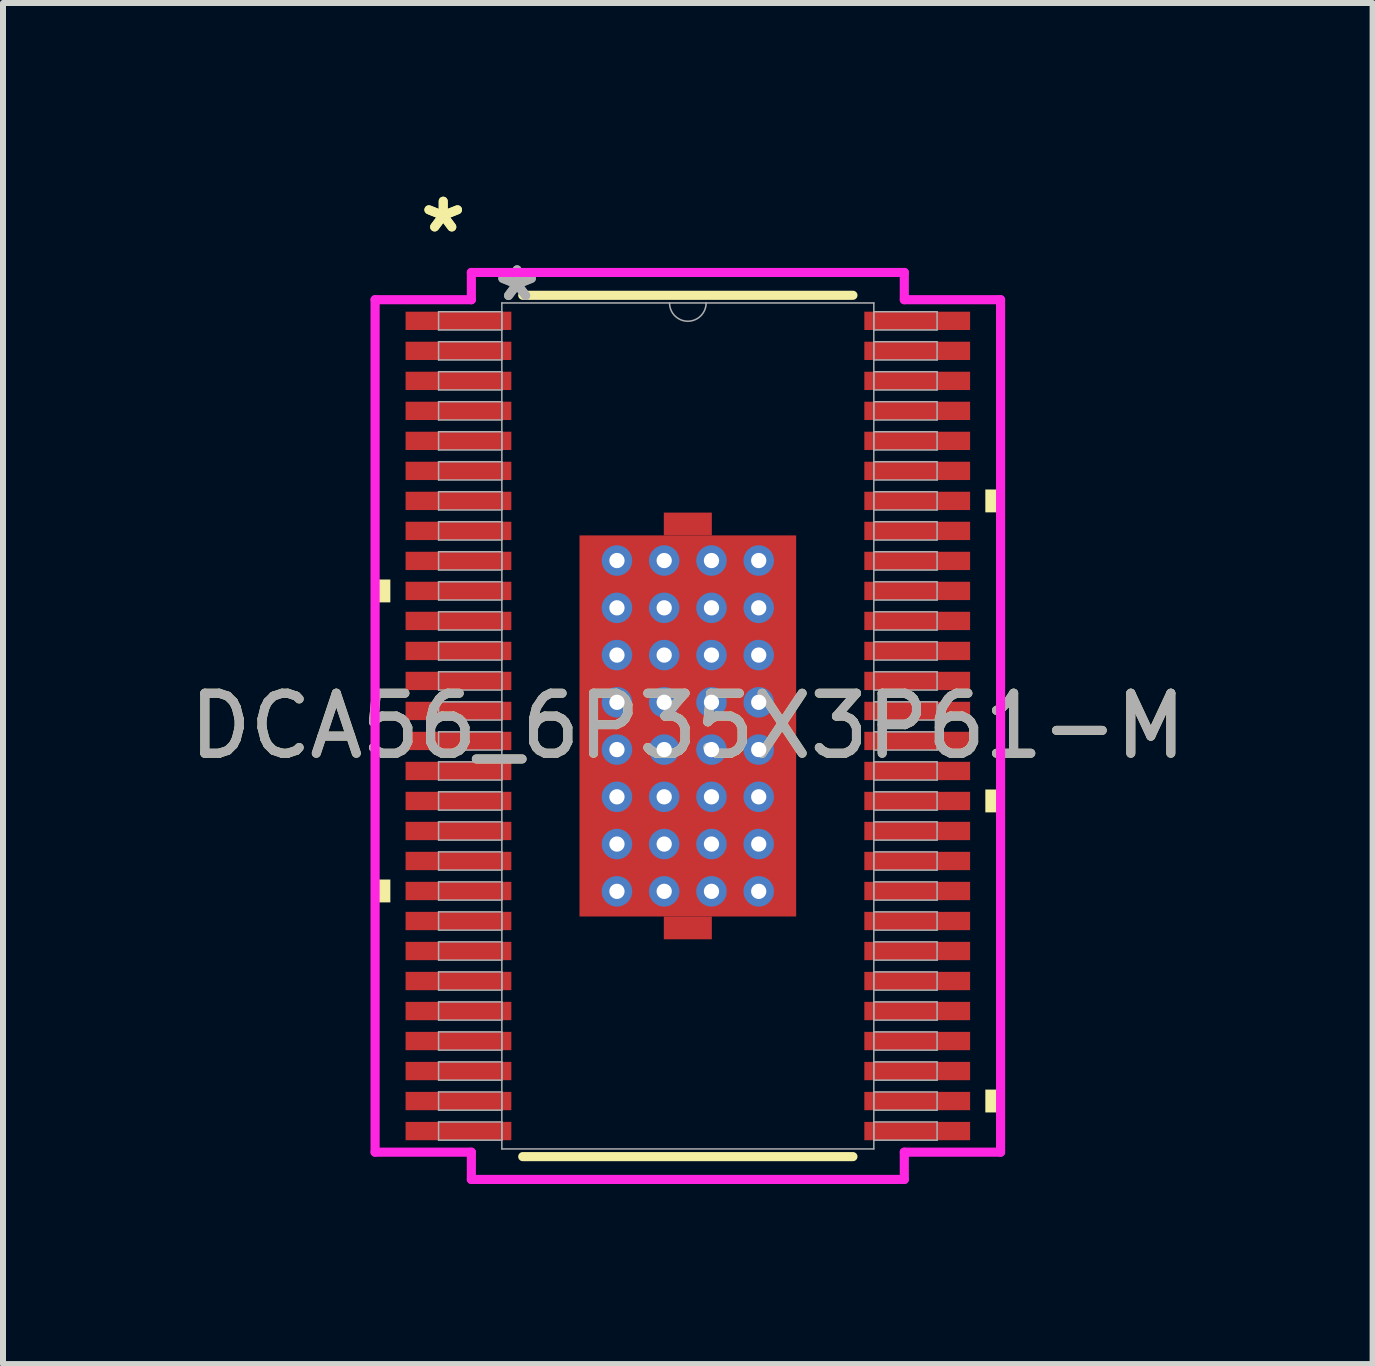
<source format=kicad_pcb>
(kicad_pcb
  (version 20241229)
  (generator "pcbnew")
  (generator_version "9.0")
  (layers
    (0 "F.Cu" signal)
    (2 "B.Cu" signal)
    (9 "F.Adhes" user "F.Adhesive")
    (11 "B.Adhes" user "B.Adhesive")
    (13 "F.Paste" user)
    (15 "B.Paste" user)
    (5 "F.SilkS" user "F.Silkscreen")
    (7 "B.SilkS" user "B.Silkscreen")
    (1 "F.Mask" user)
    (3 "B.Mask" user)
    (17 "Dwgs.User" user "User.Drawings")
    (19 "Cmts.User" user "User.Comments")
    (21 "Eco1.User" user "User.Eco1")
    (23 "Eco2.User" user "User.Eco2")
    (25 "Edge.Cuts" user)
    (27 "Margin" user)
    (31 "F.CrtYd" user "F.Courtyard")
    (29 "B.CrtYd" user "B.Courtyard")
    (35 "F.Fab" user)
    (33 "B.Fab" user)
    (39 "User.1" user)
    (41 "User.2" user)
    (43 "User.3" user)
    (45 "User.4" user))
  (footprint "DCA56_6P35X3P61-M"
    (layer "F.Cu")
    (at 8.411 9.046)
    (property "Reference" "DCA56_6P35X3P61-M" (at 0 0 0) (unlocked yes) (layer "F.SilkS") (effects (font (size 1 1) (thickness 0.15))))
    (attr smd)
    (fp_poly (pts (xy -0.4 -3.175) (xy -0.4 -3.555) (xy 0.4 -3.555) (xy 0.4 -3.175)) (stroke (width 0) (type solid)) (fill yes) (layer "F.Cu"))
    (fp_poly (pts (xy -0.4 3.175) (xy -0.4 3.555) (xy 0.4 3.555) (xy 0.4 3.175)) (stroke (width 0) (type solid)) (fill yes) (layer "F.Cu"))
    (fp_poly (pts (xy -1.869 -3.239) (xy -1.381 -3.239) (xy -1.381 3.239) (xy -1.869 3.239)) (stroke (width 0) (type solid)) (fill yes) (layer "F.Mask"))
    (fp_poly (pts (xy -1.869 -3.239) (xy 1.869 -3.239) (xy 1.869 -2.956) (xy -1.869 -2.956)) (stroke (width 0) (type solid)) (fill yes) (layer "F.Mask"))
    (fp_poly (pts (xy -1.869 -2.556) (xy 1.869 -2.556) (xy 1.869 -2.168) (xy -1.869 -2.168)) (stroke (width 0) (type solid)) (fill yes) (layer "F.Mask"))
    (fp_poly (pts (xy -1.869 -1.768) (xy 1.869 -1.768) (xy 1.869 -1.381) (xy -1.869 -1.381)) (stroke (width 0) (type solid)) (fill yes) (layer "F.Mask"))
    (fp_poly (pts (xy -1.869 -0.981) (xy 1.869 -0.981) (xy 1.869 -0.594) (xy -1.869 -0.594)) (stroke (width 0) (type solid)) (fill yes) (layer "F.Mask"))
    (fp_poly (pts (xy -1.869 -0.194) (xy 1.869 -0.194) (xy 1.869 0.194) (xy -1.869 0.194)) (stroke (width 0) (type solid)) (fill yes) (layer "F.Mask"))
    (fp_poly (pts (xy -1.869 0.594) (xy 1.869 0.594) (xy 1.869 0.981) (xy -1.869 0.981)) (stroke (width 0) (type solid)) (fill yes) (layer "F.Mask"))
    (fp_poly (pts (xy -1.869 1.381) (xy 1.869 1.381) (xy 1.869 1.768) (xy -1.869 1.768)) (stroke (width 0) (type solid)) (fill yes) (layer "F.Mask"))
    (fp_poly (pts (xy -1.869 2.168) (xy 1.869 2.168) (xy 1.869 2.556) (xy -1.869 2.556)) (stroke (width 0) (type solid)) (fill yes) (layer "F.Mask"))
    (fp_poly (pts (xy -1.869 2.956) (xy 1.869 2.956) (xy 1.869 3.239) (xy -1.869 3.239)) (stroke (width 0) (type solid)) (fill yes) (layer "F.Mask"))
    (fp_poly (pts (xy -0.594 -3.239) (xy -0.981 -3.239) (xy -0.981 3.239) (xy -0.594 3.239)) (stroke (width 0) (type solid)) (fill yes) (layer "F.Mask"))
    (fp_poly (pts (xy -0.4 -3.175) (xy -0.4 -3.555) (xy 0.4 -3.555) (xy 0.4 -3.175)) (stroke (width 0) (type solid)) (fill yes) (layer "F.Mask"))
    (fp_poly (pts (xy -0.4 3.175) (xy -0.4 3.555) (xy 0.4 3.555) (xy 0.4 3.175)) (stroke (width 0) (type solid)) (fill yes) (layer "F.Mask"))
    (fp_poly (pts (xy 0.194 -3.239) (xy -0.194 -3.239) (xy -0.194 3.239) (xy 0.194 3.239)) (stroke (width 0) (type solid)) (fill yes) (layer "F.Mask"))
    (fp_poly (pts (xy 0.981 -3.239) (xy 0.594 -3.239) (xy 0.594 3.239) (xy 0.981 3.239)) (stroke (width 0) (type solid)) (fill yes) (layer "F.Mask"))
    (fp_poly (pts (xy 1.381 -3.239) (xy 1.869 -3.239) (xy 1.869 3.239) (xy 1.381 3.239)) (stroke (width 0) (type solid)) (fill yes) (layer "F.Mask"))
    (fp_line (start -2.751 7.176) (end 2.751 7.176) (stroke (width 0.152) (type solid)) (layer "F.SilkS"))
    (fp_line (start 2.751 -7.176) (end -2.751 -7.176) (stroke (width 0.152) (type solid)) (layer "F.SilkS"))
    (fp_poly (pts (xy -5.211 -2.44) (xy -5.211 -2.059) (xy -4.957 -2.059) (xy -4.957 -2.44)) (stroke (width 0) (type solid)) (fill yes) (layer "F.SilkS"))
    (fp_poly (pts (xy -5.211 2.559) (xy -5.211 2.94) (xy -4.957 2.94) (xy -4.957 2.559)) (stroke (width 0) (type solid)) (fill yes) (layer "F.SilkS"))
    (fp_poly (pts (xy 5.211 -3.94) (xy 5.211 -3.559) (xy 4.957 -3.559) (xy 4.957 -3.94)) (stroke (width 0) (type solid)) (fill yes) (layer "F.SilkS"))
    (fp_poly (pts (xy 5.211 1.059) (xy 5.211 1.44) (xy 4.957 1.44) (xy 4.957 1.059)) (stroke (width 0) (type solid)) (fill yes) (layer "F.SilkS"))
    (fp_poly (pts (xy 5.211 6.059) (xy 5.211 6.44) (xy 4.957 6.44) (xy 4.957 6.059)) (stroke (width 0) (type solid)) (fill yes) (layer "F.SilkS"))
    (fp_poly (pts (xy -1.73 -3.1) (xy -1.73 -2.856) (xy -1.423 -2.856) (xy -1.281 -2.997) (xy -1.281 -3.1)) (stroke (width 0) (type solid)) (fill yes) (layer "F.Paste"))
    (fp_poly (pts (xy -1.73 2.856) (xy -1.73 3.1) (xy -1.281 3.1) (xy -1.281 2.997) (xy -1.423 2.856)) (stroke (width 0) (type solid)) (fill yes) (layer "F.Paste"))
    (fp_poly (pts (xy 1.281 -3.1) (xy 1.281 -2.997) (xy 1.423 -2.856) (xy 1.73 -2.856) (xy 1.73 -3.1)) (stroke (width 0) (type solid)) (fill yes) (layer "F.Paste"))
    (fp_poly (pts (xy 1.423 2.856) (xy 1.281 2.997) (xy 1.281 3.1) (xy 1.73 3.1) (xy 1.73 2.856)) (stroke (width 0) (type solid)) (fill yes) (layer "F.Paste"))
    (fp_poly (pts (xy -1.73 -2.656) (xy -1.73 -2.068) (xy -1.423 -2.068) (xy -1.281 -2.21) (xy -1.281 -2.514) (xy -1.423 -2.656)) (stroke (width 0) (type solid)) (fill yes) (layer "F.Paste"))
    (fp_poly (pts (xy -1.73 -1.869) (xy -1.73 -1.281) (xy -1.423 -1.281) (xy -1.281 -1.423) (xy -1.281 -1.727) (xy -1.423 -1.869)) (stroke (width 0) (type solid)) (fill yes) (layer "F.Paste"))
    (fp_poly (pts (xy -1.73 -1.081) (xy -1.73 -0.494) (xy -1.423 -0.494) (xy -1.281 -0.635) (xy -1.281 -0.94) (xy -1.423 -1.081)) (stroke (width 0) (type solid)) (fill yes) (layer "F.Paste"))
    (fp_poly (pts (xy -1.73 -0.294) (xy -1.73 0.294) (xy -1.423 0.294) (xy -1.281 0.152) (xy -1.281 -0.152) (xy -1.423 -0.294)) (stroke (width 0) (type solid)) (fill yes) (layer "F.Paste"))
    (fp_poly (pts (xy -1.73 0.494) (xy -1.73 1.081) (xy -1.423 1.081) (xy -1.281 0.94) (xy -1.281 0.635) (xy -1.423 0.494)) (stroke (width 0) (type solid)) (fill yes) (layer "F.Paste"))
    (fp_poly (pts (xy -1.73 1.281) (xy -1.73 1.869) (xy -1.423 1.869) (xy -1.281 1.727) (xy -1.281 1.423) (xy -1.423 1.281)) (stroke (width 0) (type solid)) (fill yes) (layer "F.Paste"))
    (fp_poly (pts (xy -1.73 2.068) (xy -1.73 2.656) (xy -1.423 2.656) (xy -1.281 2.514) (xy -1.281 2.21) (xy -1.423 2.068)) (stroke (width 0) (type solid)) (fill yes) (layer "F.Paste"))
    (fp_poly (pts (xy -1.081 -3.1) (xy -1.081 -2.997) (xy -0.94 -2.856) (xy -0.635 -2.856) (xy -0.494 -2.997) (xy -0.494 -3.1)) (stroke (width 0) (type solid)) (fill yes) (layer "F.Paste"))
    (fp_poly (pts (xy -0.94 2.856) (xy -1.081 2.997) (xy -1.081 3.1) (xy -0.494 3.1) (xy -0.494 2.997) (xy -0.635 2.856)) (stroke (width 0) (type solid)) (fill yes) (layer "F.Paste"))
    (fp_poly (pts (xy -0.294 -3.1) (xy -0.294 -2.997) (xy -0.152 -2.856) (xy 0.152 -2.856) (xy 0.294 -2.997) (xy 0.294 -3.1)) (stroke (width 0) (type solid)) (fill yes) (layer "F.Paste"))
    (fp_poly (pts (xy -0.152 2.856) (xy -0.294 2.997) (xy -0.294 3.1) (xy 0.294 3.1) (xy 0.294 2.997) (xy 0.152 2.856)) (stroke (width 0) (type solid)) (fill yes) (layer "F.Paste"))
    (fp_poly (pts (xy 0.494 -3.1) (xy 0.494 -2.997) (xy 0.635 -2.856) (xy 0.94 -2.856) (xy 1.081 -2.997) (xy 1.081 -3.1)) (stroke (width 0) (type solid)) (fill yes) (layer "F.Paste"))
    (fp_poly (pts (xy 0.635 2.856) (xy 0.494 2.997) (xy 0.494 3.1) (xy 1.081 3.1) (xy 1.081 2.997) (xy 0.94 2.856)) (stroke (width 0) (type solid)) (fill yes) (layer "F.Paste"))
    (fp_poly (pts (xy 1.423 -2.656) (xy 1.281 -2.514) (xy 1.281 -2.21) (xy 1.423 -2.068) (xy 1.73 -2.068) (xy 1.73 -2.656)) (stroke (width 0) (type solid)) (fill yes) (layer "F.Paste"))
    (fp_poly (pts (xy 1.423 -1.869) (xy 1.281 -1.727) (xy 1.281 -1.423) (xy 1.423 -1.281) (xy 1.73 -1.281) (xy 1.73 -1.869)) (stroke (width 0) (type solid)) (fill yes) (layer "F.Paste"))
    (fp_poly (pts (xy 1.423 -1.081) (xy 1.281 -0.94) (xy 1.281 -0.635) (xy 1.423 -0.494) (xy 1.73 -0.494) (xy 1.73 -1.081)) (stroke (width 0) (type solid)) (fill yes) (layer "F.Paste"))
    (fp_poly (pts (xy 1.423 -0.294) (xy 1.281 -0.152) (xy 1.281 0.152) (xy 1.423 0.294) (xy 1.73 0.294) (xy 1.73 -0.294)) (stroke (width 0) (type solid)) (fill yes) (layer "F.Paste"))
    (fp_poly (pts (xy 1.423 0.494) (xy 1.281 0.635) (xy 1.281 0.94) (xy 1.423 1.081) (xy 1.73 1.081) (xy 1.73 0.494)) (stroke (width 0) (type solid)) (fill yes) (layer "F.Paste"))
    (fp_poly (pts (xy 1.423 1.281) (xy 1.281 1.423) (xy 1.281 1.727) (xy 1.423 1.869) (xy 1.73 1.869) (xy 1.73 1.281)) (stroke (width 0) (type solid)) (fill yes) (layer "F.Paste"))
    (fp_poly (pts (xy 1.423 2.068) (xy 1.281 2.21) (xy 1.281 2.514) (xy 1.423 2.656) (xy 1.73 2.656) (xy 1.73 2.068)) (stroke (width 0) (type solid)) (fill yes) (layer "F.Paste"))
    (fp_poly (pts (xy -0.94 -2.656) (xy -1.081 -2.514) (xy -1.081 -2.21) (xy -0.94 -2.068) (xy -0.635 -2.068) (xy -0.494 -2.21) (xy -0.494 -2.514) (xy -0.635 -2.656)) (stroke (width 0) (type solid)) (fill yes) (layer "F.Paste"))
    (fp_poly (pts (xy -0.94 -1.869) (xy -1.081 -1.727) (xy -1.081 -1.423) (xy -0.94 -1.281) (xy -0.635 -1.281) (xy -0.494 -1.423) (xy -0.494 -1.727) (xy -0.635 -1.869)) (stroke (width 0) (type solid)) (fill yes) (layer "F.Paste"))
    (fp_poly (pts (xy -0.94 -1.081) (xy -1.081 -0.94) (xy -1.081 -0.635) (xy -0.94 -0.494) (xy -0.635 -0.494) (xy -0.494 -0.635) (xy -0.494 -0.94) (xy -0.635 -1.081)) (stroke (width 0) (type solid)) (fill yes) (layer "F.Paste"))
    (fp_poly (pts (xy -0.94 -0.294) (xy -1.081 -0.152) (xy -1.081 0.152) (xy -0.94 0.294) (xy -0.635 0.294) (xy -0.494 0.152) (xy -0.494 -0.152) (xy -0.635 -0.294)) (stroke (width 0) (type solid)) (fill yes) (layer "F.Paste"))
    (fp_poly (pts (xy -0.94 0.494) (xy -1.081 0.635) (xy -1.081 0.94) (xy -0.94 1.081) (xy -0.635 1.081) (xy -0.494 0.94) (xy -0.494 0.635) (xy -0.635 0.494)) (stroke (width 0) (type solid)) (fill yes) (layer "F.Paste"))
    (fp_poly (pts (xy -0.94 1.281) (xy -1.081 1.423) (xy -1.081 1.727) (xy -0.94 1.869) (xy -0.635 1.869) (xy -0.494 1.727) (xy -0.494 1.423) (xy -0.635 1.281)) (stroke (width 0) (type solid)) (fill yes) (layer "F.Paste"))
    (fp_poly (pts (xy -0.94 2.068) (xy -1.081 2.21) (xy -1.081 2.514) (xy -0.94 2.656) (xy -0.635 2.656) (xy -0.494 2.514) (xy -0.494 2.21) (xy -0.635 2.068)) (stroke (width 0) (type solid)) (fill yes) (layer "F.Paste"))
    (fp_poly (pts (xy -0.152 -2.656) (xy -0.294 -2.514) (xy -0.294 -2.21) (xy -0.152 -2.068) (xy 0.152 -2.068) (xy 0.294 -2.21) (xy 0.294 -2.514) (xy 0.152 -2.656)) (stroke (width 0) (type solid)) (fill yes) (layer "F.Paste"))
    (fp_poly (pts (xy -0.152 -1.869) (xy -0.294 -1.727) (xy -0.294 -1.423) (xy -0.152 -1.281) (xy 0.152 -1.281) (xy 0.294 -1.423) (xy 0.294 -1.727) (xy 0.152 -1.869)) (stroke (width 0) (type solid)) (fill yes) (layer "F.Paste"))
    (fp_poly (pts (xy -0.152 -1.081) (xy -0.294 -0.94) (xy -0.294 -0.635) (xy -0.152 -0.494) (xy 0.152 -0.494) (xy 0.294 -0.635) (xy 0.294 -0.94) (xy 0.152 -1.081)) (stroke (width 0) (type solid)) (fill yes) (layer "F.Paste"))
    (fp_poly (pts (xy -0.152 -0.294) (xy -0.294 -0.152) (xy -0.294 0.152) (xy -0.152 0.294) (xy 0.152 0.294) (xy 0.294 0.152) (xy 0.294 -0.152) (xy 0.152 -0.294)) (stroke (width 0) (type solid)) (fill yes) (layer "F.Paste"))
    (fp_poly (pts (xy -0.152 0.494) (xy -0.294 0.635) (xy -0.294 0.94) (xy -0.152 1.081) (xy 0.152 1.081) (xy 0.294 0.94) (xy 0.294 0.635) (xy 0.152 0.494)) (stroke (width 0) (type solid)) (fill yes) (layer "F.Paste"))
    (fp_poly (pts (xy -0.152 1.281) (xy -0.294 1.423) (xy -0.294 1.727) (xy -0.152 1.869) (xy 0.152 1.869) (xy 0.294 1.727) (xy 0.294 1.423) (xy 0.152 1.281)) (stroke (width 0) (type solid)) (fill yes) (layer "F.Paste"))
    (fp_poly (pts (xy -0.152 2.068) (xy -0.294 2.21) (xy -0.294 2.514) (xy -0.152 2.656) (xy 0.152 2.656) (xy 0.294 2.514) (xy 0.294 2.21) (xy 0.152 2.068)) (stroke (width 0) (type solid)) (fill yes) (layer "F.Paste"))
    (fp_poly (pts (xy 0.635 -2.656) (xy 0.494 -2.514) (xy 0.494 -2.21) (xy 0.635 -2.068) (xy 0.94 -2.068) (xy 1.081 -2.21) (xy 1.081 -2.514) (xy 0.94 -2.656)) (stroke (width 0) (type solid)) (fill yes) (layer "F.Paste"))
    (fp_poly (pts (xy 0.635 -1.869) (xy 0.494 -1.727) (xy 0.494 -1.423) (xy 0.635 -1.281) (xy 0.94 -1.281) (xy 1.081 -1.423) (xy 1.081 -1.727) (xy 0.94 -1.869)) (stroke (width 0) (type solid)) (fill yes) (layer "F.Paste"))
    (fp_poly (pts (xy 0.635 -1.081) (xy 0.494 -0.94) (xy 0.494 -0.635) (xy 0.635 -0.494) (xy 0.94 -0.494) (xy 1.081 -0.635) (xy 1.081 -0.94) (xy 0.94 -1.081)) (stroke (width 0) (type solid)) (fill yes) (layer "F.Paste"))
    (fp_poly (pts (xy 0.635 -0.294) (xy 0.494 -0.152) (xy 0.494 0.152) (xy 0.635 0.294) (xy 0.94 0.294) (xy 1.081 0.152) (xy 1.081 -0.152) (xy 0.94 -0.294)) (stroke (width 0) (type solid)) (fill yes) (layer "F.Paste"))
    (fp_poly (pts (xy 0.635 0.494) (xy 0.494 0.635) (xy 0.494 0.94) (xy 0.635 1.081) (xy 0.94 1.081) (xy 1.081 0.94) (xy 1.081 0.635) (xy 0.94 0.494)) (stroke (width 0) (type solid)) (fill yes) (layer "F.Paste"))
    (fp_poly (pts (xy 0.635 1.281) (xy 0.494 1.423) (xy 0.494 1.727) (xy 0.635 1.869) (xy 0.94 1.869) (xy 1.081 1.727) (xy 1.081 1.423) (xy 0.94 1.281)) (stroke (width 0) (type solid)) (fill yes) (layer "F.Paste"))
    (fp_poly (pts (xy 0.635 2.068) (xy 0.494 2.21) (xy 0.494 2.514) (xy 0.635 2.656) (xy 0.94 2.656) (xy 1.081 2.514) (xy 1.081 2.21) (xy 0.94 2.068)) (stroke (width 0) (type solid)) (fill yes) (layer "F.Paste"))
    (fp_line (start -5.211 -7.102) (end -3.607 -7.102) (stroke (width 0.152) (type solid)) (layer "F.CrtYd"))
    (fp_line (start -5.211 7.102) (end -5.211 -7.102) (stroke (width 0.152) (type solid)) (layer "F.CrtYd"))
    (fp_line (start -5.211 7.102) (end -3.607 7.102) (stroke (width 0.152) (type solid)) (layer "F.CrtYd"))
    (fp_line (start -3.607 -7.556) (end 3.607 -7.556) (stroke (width 0.152) (type solid)) (layer "F.CrtYd"))
    (fp_line (start -3.607 -7.102) (end -3.607 -7.556) (stroke (width 0.152) (type solid)) (layer "F.CrtYd"))
    (fp_line (start -3.607 7.556) (end -3.607 7.102) (stroke (width 0.152) (type solid)) (layer "F.CrtYd"))
    (fp_line (start 3.607 -7.556) (end 3.607 -7.102) (stroke (width 0.152) (type solid)) (layer "F.CrtYd"))
    (fp_line (start 3.607 7.102) (end 3.607 7.556) (stroke (width 0.152) (type solid)) (layer "F.CrtYd"))
    (fp_line (start 3.607 7.556) (end -3.607 7.556) (stroke (width 0.152) (type solid)) (layer "F.CrtYd"))
    (fp_line (start 5.211 -7.102) (end 3.607 -7.102) (stroke (width 0.152) (type solid)) (layer "F.CrtYd"))
    (fp_line (start 5.211 -7.102) (end 5.211 7.102) (stroke (width 0.152) (type solid)) (layer "F.CrtYd"))
    (fp_line (start 5.211 7.102) (end 3.607 7.102) (stroke (width 0.152) (type solid)) (layer "F.CrtYd"))
    (fp_line (start -4.153 -6.902) (end -4.153 -6.598) (stroke (width 0.025) (type solid)) (layer "F.Fab"))
    (fp_line (start -4.153 -6.598) (end -3.099 -6.598) (stroke (width 0.025) (type solid)) (layer "F.Fab"))
    (fp_line (start -4.153 -6.402) (end -4.153 -6.098) (stroke (width 0.025) (type solid)) (layer "F.Fab"))
    (fp_line (start -4.153 -6.098) (end -3.099 -6.098) (stroke (width 0.025) (type solid)) (layer "F.Fab"))
    (fp_line (start -4.153 -5.902) (end -4.153 -5.598) (stroke (width 0.025) (type solid)) (layer "F.Fab"))
    (fp_line (start -4.153 -5.598) (end -3.099 -5.598) (stroke (width 0.025) (type solid)) (layer "F.Fab"))
    (fp_line (start -4.153 -5.402) (end -4.153 -5.098) (stroke (width 0.025) (type solid)) (layer "F.Fab"))
    (fp_line (start -4.153 -5.098) (end -3.099 -5.098) (stroke (width 0.025) (type solid)) (layer "F.Fab"))
    (fp_line (start -4.153 -4.902) (end -4.153 -4.598) (stroke (width 0.025) (type solid)) (layer "F.Fab"))
    (fp_line (start -4.153 -4.598) (end -3.099 -4.598) (stroke (width 0.025) (type solid)) (layer "F.Fab"))
    (fp_line (start -4.153 -4.402) (end -4.153 -4.098) (stroke (width 0.025) (type solid)) (layer "F.Fab"))
    (fp_line (start -4.153 -4.098) (end -3.099 -4.098) (stroke (width 0.025) (type solid)) (layer "F.Fab"))
    (fp_line (start -4.153 -3.902) (end -4.153 -3.598) (stroke (width 0.025) (type solid)) (layer "F.Fab"))
    (fp_line (start -4.153 -3.598) (end -3.099 -3.598) (stroke (width 0.025) (type solid)) (layer "F.Fab"))
    (fp_line (start -4.153 -3.402) (end -4.153 -3.098) (stroke (width 0.025) (type solid)) (layer "F.Fab"))
    (fp_line (start -4.153 -3.098) (end -3.099 -3.098) (stroke (width 0.025) (type solid)) (layer "F.Fab"))
    (fp_line (start -4.153 -2.902) (end -4.153 -2.598) (stroke (width 0.025) (type solid)) (layer "F.Fab"))
    (fp_line (start -4.153 -2.598) (end -3.099 -2.598) (stroke (width 0.025) (type solid)) (layer "F.Fab"))
    (fp_line (start -4.153 -2.402) (end -4.153 -2.098) (stroke (width 0.025) (type solid)) (layer "F.Fab"))
    (fp_line (start -4.153 -2.098) (end -3.099 -2.098) (stroke (width 0.025) (type solid)) (layer "F.Fab"))
    (fp_line (start -4.153 -1.902) (end -4.153 -1.598) (stroke (width 0.025) (type solid)) (layer "F.Fab"))
    (fp_line (start -4.153 -1.598) (end -3.099 -1.598) (stroke (width 0.025) (type solid)) (layer "F.Fab"))
    (fp_line (start -4.153 -1.402) (end -4.153 -1.098) (stroke (width 0.025) (type solid)) (layer "F.Fab"))
    (fp_line (start -4.153 -1.098) (end -3.099 -1.098) (stroke (width 0.025) (type solid)) (layer "F.Fab"))
    (fp_line (start -4.153 -0.902) (end -4.153 -0.598) (stroke (width 0.025) (type solid)) (layer "F.Fab"))
    (fp_line (start -4.153 -0.598) (end -3.099 -0.598) (stroke (width 0.025) (type solid)) (layer "F.Fab"))
    (fp_line (start -4.153 -0.402) (end -4.153 -0.098) (stroke (width 0.025) (type solid)) (layer "F.Fab"))
    (fp_line (start -4.153 -0.098) (end -3.099 -0.098) (stroke (width 0.025) (type solid)) (layer "F.Fab"))
    (fp_line (start -4.153 0.098) (end -4.153 0.402) (stroke (width 0.025) (type solid)) (layer "F.Fab"))
    (fp_line (start -4.153 0.402) (end -3.099 0.402) (stroke (width 0.025) (type solid)) (layer "F.Fab"))
    (fp_line (start -4.153 0.598) (end -4.153 0.902) (stroke (width 0.025) (type solid)) (layer "F.Fab"))
    (fp_line (start -4.153 0.902) (end -3.099 0.902) (stroke (width 0.025) (type solid)) (layer "F.Fab"))
    (fp_line (start -4.153 1.098) (end -4.153 1.402) (stroke (width 0.025) (type solid)) (layer "F.Fab"))
    (fp_line (start -4.153 1.402) (end -3.099 1.402) (stroke (width 0.025) (type solid)) (layer "F.Fab"))
    (fp_line (start -4.153 1.598) (end -4.153 1.902) (stroke (width 0.025) (type solid)) (layer "F.Fab"))
    (fp_line (start -4.153 1.902) (end -3.099 1.902) (stroke (width 0.025) (type solid)) (layer "F.Fab"))
    (fp_line (start -4.153 2.098) (end -4.153 2.402) (stroke (width 0.025) (type solid)) (layer "F.Fab"))
    (fp_line (start -4.153 2.402) (end -3.099 2.402) (stroke (width 0.025) (type solid)) (layer "F.Fab"))
    (fp_line (start -4.153 2.598) (end -4.153 2.902) (stroke (width 0.025) (type solid)) (layer "F.Fab"))
    (fp_line (start -4.153 2.902) (end -3.099 2.902) (stroke (width 0.025) (type solid)) (layer "F.Fab"))
    (fp_line (start -4.153 3.098) (end -4.153 3.402) (stroke (width 0.025) (type solid)) (layer "F.Fab"))
    (fp_line (start -4.153 3.402) (end -3.099 3.402) (stroke (width 0.025) (type solid)) (layer "F.Fab"))
    (fp_line (start -4.153 3.598) (end -4.153 3.902) (stroke (width 0.025) (type solid)) (layer "F.Fab"))
    (fp_line (start -4.153 3.902) (end -3.099 3.902) (stroke (width 0.025) (type solid)) (layer "F.Fab"))
    (fp_line (start -4.153 4.098) (end -4.153 4.402) (stroke (width 0.025) (type solid)) (layer "F.Fab"))
    (fp_line (start -4.153 4.402) (end -3.099 4.402) (stroke (width 0.025) (type solid)) (layer "F.Fab"))
    (fp_line (start -4.153 4.598) (end -4.153 4.902) (stroke (width 0.025) (type solid)) (layer "F.Fab"))
    (fp_line (start -4.153 4.902) (end -3.099 4.902) (stroke (width 0.025) (type solid)) (layer "F.Fab"))
    (fp_line (start -4.153 5.098) (end -4.153 5.402) (stroke (width 0.025) (type solid)) (layer "F.Fab"))
    (fp_line (start -4.153 5.402) (end -3.099 5.402) (stroke (width 0.025) (type solid)) (layer "F.Fab"))
    (fp_line (start -4.153 5.598) (end -4.153 5.902) (stroke (width 0.025) (type solid)) (layer "F.Fab"))
    (fp_line (start -4.153 5.902) (end -3.099 5.902) (stroke (width 0.025) (type solid)) (layer "F.Fab"))
    (fp_line (start -4.153 6.098) (end -4.153 6.402) (stroke (width 0.025) (type solid)) (layer "F.Fab"))
    (fp_line (start -4.153 6.402) (end -3.099 6.402) (stroke (width 0.025) (type solid)) (layer "F.Fab"))
    (fp_line (start -4.153 6.598) (end -4.153 6.902) (stroke (width 0.025) (type solid)) (layer "F.Fab"))
    (fp_line (start -4.153 6.902) (end -3.099 6.902) (stroke (width 0.025) (type solid)) (layer "F.Fab"))
    (fp_line (start -3.099 -7.048) (end -3.099 7.048) (stroke (width 0.025) (type solid)) (layer "F.Fab"))
    (fp_line (start -3.099 -6.902) (end -4.153 -6.902) (stroke (width 0.025) (type solid)) (layer "F.Fab"))
    (fp_line (start -3.099 -6.598) (end -3.099 -6.902) (stroke (width 0.025) (type solid)) (layer "F.Fab"))
    (fp_line (start -3.099 -6.402) (end -4.153 -6.402) (stroke (width 0.025) (type solid)) (layer "F.Fab"))
    (fp_line (start -3.099 -6.098) (end -3.099 -6.402) (stroke (width 0.025) (type solid)) (layer "F.Fab"))
    (fp_line (start -3.099 -5.902) (end -4.153 -5.902) (stroke (width 0.025) (type solid)) (layer "F.Fab"))
    (fp_line (start -3.099 -5.598) (end -3.099 -5.902) (stroke (width 0.025) (type solid)) (layer "F.Fab"))
    (fp_line (start -3.099 -5.402) (end -4.153 -5.402) (stroke (width 0.025) (type solid)) (layer "F.Fab"))
    (fp_line (start -3.099 -5.098) (end -3.099 -5.402) (stroke (width 0.025) (type solid)) (layer "F.Fab"))
    (fp_line (start -3.099 -4.902) (end -4.153 -4.902) (stroke (width 0.025) (type solid)) (layer "F.Fab"))
    (fp_line (start -3.099 -4.598) (end -3.099 -4.902) (stroke (width 0.025) (type solid)) (layer "F.Fab"))
    (fp_line (start -3.099 -4.402) (end -4.153 -4.402) (stroke (width 0.025) (type solid)) (layer "F.Fab"))
    (fp_line (start -3.099 -4.098) (end -3.099 -4.402) (stroke (width 0.025) (type solid)) (layer "F.Fab"))
    (fp_line (start -3.099 -3.902) (end -4.153 -3.902) (stroke (width 0.025) (type solid)) (layer "F.Fab"))
    (fp_line (start -3.099 -3.598) (end -3.099 -3.902) (stroke (width 0.025) (type solid)) (layer "F.Fab"))
    (fp_line (start -3.099 -3.402) (end -4.153 -3.402) (stroke (width 0.025) (type solid)) (layer "F.Fab"))
    (fp_line (start -3.099 -3.098) (end -3.099 -3.402) (stroke (width 0.025) (type solid)) (layer "F.Fab"))
    (fp_line (start -3.099 -2.902) (end -4.153 -2.902) (stroke (width 0.025) (type solid)) (layer "F.Fab"))
    (fp_line (start -3.099 -2.598) (end -3.099 -2.902) (stroke (width 0.025) (type solid)) (layer "F.Fab"))
    (fp_line (start -3.099 -2.402) (end -4.153 -2.402) (stroke (width 0.025) (type solid)) (layer "F.Fab"))
    (fp_line (start -3.099 -2.098) (end -3.099 -2.402) (stroke (width 0.025) (type solid)) (layer "F.Fab"))
    (fp_line (start -3.099 -1.902) (end -4.153 -1.902) (stroke (width 0.025) (type solid)) (layer "F.Fab"))
    (fp_line (start -3.099 -1.598) (end -3.099 -1.902) (stroke (width 0.025) (type solid)) (layer "F.Fab"))
    (fp_line (start -3.099 -1.402) (end -4.153 -1.402) (stroke (width 0.025) (type solid)) (layer "F.Fab"))
    (fp_line (start -3.099 -1.098) (end -3.099 -1.402) (stroke (width 0.025) (type solid)) (layer "F.Fab"))
    (fp_line (start -3.099 -0.902) (end -4.153 -0.902) (stroke (width 0.025) (type solid)) (layer "F.Fab"))
    (fp_line (start -3.099 -0.598) (end -3.099 -0.902) (stroke (width 0.025) (type solid)) (layer "F.Fab"))
    (fp_line (start -3.099 -0.402) (end -4.153 -0.402) (stroke (width 0.025) (type solid)) (layer "F.Fab"))
    (fp_line (start -3.099 -0.098) (end -3.099 -0.402) (stroke (width 0.025) (type solid)) (layer "F.Fab"))
    (fp_line (start -3.099 0.098) (end -4.153 0.098) (stroke (width 0.025) (type solid)) (layer "F.Fab"))
    (fp_line (start -3.099 0.402) (end -3.099 0.098) (stroke (width 0.025) (type solid)) (layer "F.Fab"))
    (fp_line (start -3.099 0.598) (end -4.153 0.598) (stroke (width 0.025) (type solid)) (layer "F.Fab"))
    (fp_line (start -3.099 0.902) (end -3.099 0.598) (stroke (width 0.025) (type solid)) (layer "F.Fab"))
    (fp_line (start -3.099 1.098) (end -4.153 1.098) (stroke (width 0.025) (type solid)) (layer "F.Fab"))
    (fp_line (start -3.099 1.402) (end -3.099 1.098) (stroke (width 0.025) (type solid)) (layer "F.Fab"))
    (fp_line (start -3.099 1.598) (end -4.153 1.598) (stroke (width 0.025) (type solid)) (layer "F.Fab"))
    (fp_line (start -3.099 1.902) (end -3.099 1.598) (stroke (width 0.025) (type solid)) (layer "F.Fab"))
    (fp_line (start -3.099 2.098) (end -4.153 2.098) (stroke (width 0.025) (type solid)) (layer "F.Fab"))
    (fp_line (start -3.099 2.402) (end -3.099 2.098) (stroke (width 0.025) (type solid)) (layer "F.Fab"))
    (fp_line (start -3.099 2.598) (end -4.153 2.598) (stroke (width 0.025) (type solid)) (layer "F.Fab"))
    (fp_line (start -3.099 2.902) (end -3.099 2.598) (stroke (width 0.025) (type solid)) (layer "F.Fab"))
    (fp_line (start -3.099 3.098) (end -4.153 3.098) (stroke (width 0.025) (type solid)) (layer "F.Fab"))
    (fp_line (start -3.099 3.402) (end -3.099 3.098) (stroke (width 0.025) (type solid)) (layer "F.Fab"))
    (fp_line (start -3.099 3.598) (end -4.153 3.598) (stroke (width 0.025) (type solid)) (layer "F.Fab"))
    (fp_line (start -3.099 3.902) (end -3.099 3.598) (stroke (width 0.025) (type solid)) (layer "F.Fab"))
    (fp_line (start -3.099 4.098) (end -4.153 4.098) (stroke (width 0.025) (type solid)) (layer "F.Fab"))
    (fp_line (start -3.099 4.402) (end -3.099 4.098) (stroke (width 0.025) (type solid)) (layer "F.Fab"))
    (fp_line (start -3.099 4.598) (end -4.153 4.598) (stroke (width 0.025) (type solid)) (layer "F.Fab"))
    (fp_line (start -3.099 4.902) (end -3.099 4.598) (stroke (width 0.025) (type solid)) (layer "F.Fab"))
    (fp_line (start -3.099 5.098) (end -4.153 5.098) (stroke (width 0.025) (type solid)) (layer "F.Fab"))
    (fp_line (start -3.099 5.402) (end -3.099 5.098) (stroke (width 0.025) (type solid)) (layer "F.Fab"))
    (fp_line (start -3.099 5.598) (end -4.153 5.598) (stroke (width 0.025) (type solid)) (layer "F.Fab"))
    (fp_line (start -3.099 5.902) (end -3.099 5.598) (stroke (width 0.025) (type solid)) (layer "F.Fab"))
    (fp_line (start -3.099 6.098) (end -4.153 6.098) (stroke (width 0.025) (type solid)) (layer "F.Fab"))
    (fp_line (start -3.099 6.402) (end -3.099 6.098) (stroke (width 0.025) (type solid)) (layer "F.Fab"))
    (fp_line (start -3.099 6.598) (end -4.153 6.598) (stroke (width 0.025) (type solid)) (layer "F.Fab"))
    (fp_line (start -3.099 6.902) (end -3.099 6.598) (stroke (width 0.025) (type solid)) (layer "F.Fab"))
    (fp_line (start -3.099 7.048) (end 3.099 7.048) (stroke (width 0.025) (type solid)) (layer "F.Fab"))
    (fp_line (start 3.099 -7.048) (end -3.099 -7.048) (stroke (width 0.025) (type solid)) (layer "F.Fab"))
    (fp_line (start 3.099 -6.902) (end 3.099 -6.598) (stroke (width 0.025) (type solid)) (layer "F.Fab"))
    (fp_line (start 3.099 -6.598) (end 4.153 -6.598) (stroke (width 0.025) (type solid)) (layer "F.Fab"))
    (fp_line (start 3.099 -6.402) (end 3.099 -6.098) (stroke (width 0.025) (type solid)) (layer "F.Fab"))
    (fp_line (start 3.099 -6.098) (end 4.153 -6.098) (stroke (width 0.025) (type solid)) (layer "F.Fab"))
    (fp_line (start 3.099 -5.902) (end 3.099 -5.598) (stroke (width 0.025) (type solid)) (layer "F.Fab"))
    (fp_line (start 3.099 -5.598) (end 4.153 -5.598) (stroke (width 0.025) (type solid)) (layer "F.Fab"))
    (fp_line (start 3.099 -5.402) (end 3.099 -5.098) (stroke (width 0.025) (type solid)) (layer "F.Fab"))
    (fp_line (start 3.099 -5.098) (end 4.153 -5.098) (stroke (width 0.025) (type solid)) (layer "F.Fab"))
    (fp_line (start 3.099 -4.902) (end 3.099 -4.598) (stroke (width 0.025) (type solid)) (layer "F.Fab"))
    (fp_line (start 3.099 -4.598) (end 4.153 -4.598) (stroke (width 0.025) (type solid)) (layer "F.Fab"))
    (fp_line (start 3.099 -4.402) (end 3.099 -4.098) (stroke (width 0.025) (type solid)) (layer "F.Fab"))
    (fp_line (start 3.099 -4.098) (end 4.153 -4.098) (stroke (width 0.025) (type solid)) (layer "F.Fab"))
    (fp_line (start 3.099 -3.902) (end 3.099 -3.598) (stroke (width 0.025) (type solid)) (layer "F.Fab"))
    (fp_line (start 3.099 -3.598) (end 4.153 -3.598) (stroke (width 0.025) (type solid)) (layer "F.Fab"))
    (fp_line (start 3.099 -3.402) (end 3.099 -3.098) (stroke (width 0.025) (type solid)) (layer "F.Fab"))
    (fp_line (start 3.099 -3.098) (end 4.153 -3.098) (stroke (width 0.025) (type solid)) (layer "F.Fab"))
    (fp_line (start 3.099 -2.902) (end 3.099 -2.598) (stroke (width 0.025) (type solid)) (layer "F.Fab"))
    (fp_line (start 3.099 -2.598) (end 4.153 -2.598) (stroke (width 0.025) (type solid)) (layer "F.Fab"))
    (fp_line (start 3.099 -2.402) (end 3.099 -2.098) (stroke (width 0.025) (type solid)) (layer "F.Fab"))
    (fp_line (start 3.099 -2.098) (end 4.153 -2.098) (stroke (width 0.025) (type solid)) (layer "F.Fab"))
    (fp_line (start 3.099 -1.902) (end 3.099 -1.598) (stroke (width 0.025) (type solid)) (layer "F.Fab"))
    (fp_line (start 3.099 -1.598) (end 4.153 -1.598) (stroke (width 0.025) (type solid)) (layer "F.Fab"))
    (fp_line (start 3.099 -1.402) (end 3.099 -1.098) (stroke (width 0.025) (type solid)) (layer "F.Fab"))
    (fp_line (start 3.099 -1.098) (end 4.153 -1.098) (stroke (width 0.025) (type solid)) (layer "F.Fab"))
    (fp_line (start 3.099 -0.902) (end 3.099 -0.598) (stroke (width 0.025) (type solid)) (layer "F.Fab"))
    (fp_line (start 3.099 -0.598) (end 4.153 -0.598) (stroke (width 0.025) (type solid)) (layer "F.Fab"))
    (fp_line (start 3.099 -0.402) (end 3.099 -0.098) (stroke (width 0.025) (type solid)) (layer "F.Fab"))
    (fp_line (start 3.099 -0.098) (end 4.153 -0.098) (stroke (width 0.025) (type solid)) (layer "F.Fab"))
    (fp_line (start 3.099 0.098) (end 3.099 0.402) (stroke (width 0.025) (type solid)) (layer "F.Fab"))
    (fp_line (start 3.099 0.402) (end 4.153 0.402) (stroke (width 0.025) (type solid)) (layer "F.Fab"))
    (fp_line (start 3.099 0.598) (end 3.099 0.902) (stroke (width 0.025) (type solid)) (layer "F.Fab"))
    (fp_line (start 3.099 0.902) (end 4.153 0.902) (stroke (width 0.025) (type solid)) (layer "F.Fab"))
    (fp_line (start 3.099 1.098) (end 3.099 1.402) (stroke (width 0.025) (type solid)) (layer "F.Fab"))
    (fp_line (start 3.099 1.402) (end 4.153 1.402) (stroke (width 0.025) (type solid)) (layer "F.Fab"))
    (fp_line (start 3.099 1.598) (end 3.099 1.902) (stroke (width 0.025) (type solid)) (layer "F.Fab"))
    (fp_line (start 3.099 1.902) (end 4.153 1.902) (stroke (width 0.025) (type solid)) (layer "F.Fab"))
    (fp_line (start 3.099 2.098) (end 3.099 2.402) (stroke (width 0.025) (type solid)) (layer "F.Fab"))
    (fp_line (start 3.099 2.402) (end 4.153 2.402) (stroke (width 0.025) (type solid)) (layer "F.Fab"))
    (fp_line (start 3.099 2.598) (end 3.099 2.902) (stroke (width 0.025) (type solid)) (layer "F.Fab"))
    (fp_line (start 3.099 2.902) (end 4.153 2.902) (stroke (width 0.025) (type solid)) (layer "F.Fab"))
    (fp_line (start 3.099 3.098) (end 3.099 3.402) (stroke (width 0.025) (type solid)) (layer "F.Fab"))
    (fp_line (start 3.099 3.402) (end 4.153 3.402) (stroke (width 0.025) (type solid)) (layer "F.Fab"))
    (fp_line (start 3.099 3.598) (end 3.099 3.902) (stroke (width 0.025) (type solid)) (layer "F.Fab"))
    (fp_line (start 3.099 3.902) (end 4.153 3.902) (stroke (width 0.025) (type solid)) (layer "F.Fab"))
    (fp_line (start 3.099 4.098) (end 3.099 4.402) (stroke (width 0.025) (type solid)) (layer "F.Fab"))
    (fp_line (start 3.099 4.402) (end 4.153 4.402) (stroke (width 0.025) (type solid)) (layer "F.Fab"))
    (fp_line (start 3.099 4.598) (end 3.099 4.902) (stroke (width 0.025) (type solid)) (layer "F.Fab"))
    (fp_line (start 3.099 4.902) (end 4.153 4.902) (stroke (width 0.025) (type solid)) (layer "F.Fab"))
    (fp_line (start 3.099 5.098) (end 3.099 5.402) (stroke (width 0.025) (type solid)) (layer "F.Fab"))
    (fp_line (start 3.099 5.402) (end 4.153 5.402) (stroke (width 0.025) (type solid)) (layer "F.Fab"))
    (fp_line (start 3.099 5.598) (end 3.099 5.902) (stroke (width 0.025) (type solid)) (layer "F.Fab"))
    (fp_line (start 3.099 5.902) (end 4.153 5.902) (stroke (width 0.025) (type solid)) (layer "F.Fab"))
    (fp_line (start 3.099 6.098) (end 3.099 6.402) (stroke (width 0.025) (type solid)) (layer "F.Fab"))
    (fp_line (start 3.099 6.402) (end 4.153 6.402) (stroke (width 0.025) (type solid)) (layer "F.Fab"))
    (fp_line (start 3.099 6.598) (end 3.099 6.902) (stroke (width 0.025) (type solid)) (layer "F.Fab"))
    (fp_line (start 3.099 6.902) (end 4.153 6.902) (stroke (width 0.025) (type solid)) (layer "F.Fab"))
    (fp_line (start 3.099 7.048) (end 3.099 -7.048) (stroke (width 0.025) (type solid)) (layer "F.Fab"))
    (fp_line (start 4.153 -6.902) (end 3.099 -6.902) (stroke (width 0.025) (type solid)) (layer "F.Fab"))
    (fp_line (start 4.153 -6.598) (end 4.153 -6.902) (stroke (width 0.025) (type solid)) (layer "F.Fab"))
    (fp_line (start 4.153 -6.402) (end 3.099 -6.402) (stroke (width 0.025) (type solid)) (layer "F.Fab"))
    (fp_line (start 4.153 -6.098) (end 4.153 -6.402) (stroke (width 0.025) (type solid)) (layer "F.Fab"))
    (fp_line (start 4.153 -5.902) (end 3.099 -5.902) (stroke (width 0.025) (type solid)) (layer "F.Fab"))
    (fp_line (start 4.153 -5.598) (end 4.153 -5.902) (stroke (width 0.025) (type solid)) (layer "F.Fab"))
    (fp_line (start 4.153 -5.402) (end 3.099 -5.402) (stroke (width 0.025) (type solid)) (layer "F.Fab"))
    (fp_line (start 4.153 -5.098) (end 4.153 -5.402) (stroke (width 0.025) (type solid)) (layer "F.Fab"))
    (fp_line (start 4.153 -4.902) (end 3.099 -4.902) (stroke (width 0.025) (type solid)) (layer "F.Fab"))
    (fp_line (start 4.153 -4.598) (end 4.153 -4.902) (stroke (width 0.025) (type solid)) (layer "F.Fab"))
    (fp_line (start 4.153 -4.402) (end 3.099 -4.402) (stroke (width 0.025) (type solid)) (layer "F.Fab"))
    (fp_line (start 4.153 -4.098) (end 4.153 -4.402) (stroke (width 0.025) (type solid)) (layer "F.Fab"))
    (fp_line (start 4.153 -3.902) (end 3.099 -3.902) (stroke (width 0.025) (type solid)) (layer "F.Fab"))
    (fp_line (start 4.153 -3.598) (end 4.153 -3.902) (stroke (width 0.025) (type solid)) (layer "F.Fab"))
    (fp_line (start 4.153 -3.402) (end 3.099 -3.402) (stroke (width 0.025) (type solid)) (layer "F.Fab"))
    (fp_line (start 4.153 -3.098) (end 4.153 -3.402) (stroke (width 0.025) (type solid)) (layer "F.Fab"))
    (fp_line (start 4.153 -2.902) (end 3.099 -2.902) (stroke (width 0.025) (type solid)) (layer "F.Fab"))
    (fp_line (start 4.153 -2.598) (end 4.153 -2.902) (stroke (width 0.025) (type solid)) (layer "F.Fab"))
    (fp_line (start 4.153 -2.402) (end 3.099 -2.402) (stroke (width 0.025) (type solid)) (layer "F.Fab"))
    (fp_line (start 4.153 -2.098) (end 4.153 -2.402) (stroke (width 0.025) (type solid)) (layer "F.Fab"))
    (fp_line (start 4.153 -1.902) (end 3.099 -1.902) (stroke (width 0.025) (type solid)) (layer "F.Fab"))
    (fp_line (start 4.153 -1.598) (end 4.153 -1.902) (stroke (width 0.025) (type solid)) (layer "F.Fab"))
    (fp_line (start 4.153 -1.402) (end 3.099 -1.402) (stroke (width 0.025) (type solid)) (layer "F.Fab"))
    (fp_line (start 4.153 -1.098) (end 4.153 -1.402) (stroke (width 0.025) (type solid)) (layer "F.Fab"))
    (fp_line (start 4.153 -0.902) (end 3.099 -0.902) (stroke (width 0.025) (type solid)) (layer "F.Fab"))
    (fp_line (start 4.153 -0.598) (end 4.153 -0.902) (stroke (width 0.025) (type solid)) (layer "F.Fab"))
    (fp_line (start 4.153 -0.402) (end 3.099 -0.402) (stroke (width 0.025) (type solid)) (layer "F.Fab"))
    (fp_line (start 4.153 -0.098) (end 4.153 -0.402) (stroke (width 0.025) (type solid)) (layer "F.Fab"))
    (fp_line (start 4.153 0.098) (end 3.099 0.098) (stroke (width 0.025) (type solid)) (layer "F.Fab"))
    (fp_line (start 4.153 0.402) (end 4.153 0.098) (stroke (width 0.025) (type solid)) (layer "F.Fab"))
    (fp_line (start 4.153 0.598) (end 3.099 0.598) (stroke (width 0.025) (type solid)) (layer "F.Fab"))
    (fp_line (start 4.153 0.902) (end 4.153 0.598) (stroke (width 0.025) (type solid)) (layer "F.Fab"))
    (fp_line (start 4.153 1.098) (end 3.099 1.098) (stroke (width 0.025) (type solid)) (layer "F.Fab"))
    (fp_line (start 4.153 1.402) (end 4.153 1.098) (stroke (width 0.025) (type solid)) (layer "F.Fab"))
    (fp_line (start 4.153 1.598) (end 3.099 1.598) (stroke (width 0.025) (type solid)) (layer "F.Fab"))
    (fp_line (start 4.153 1.902) (end 4.153 1.598) (stroke (width 0.025) (type solid)) (layer "F.Fab"))
    (fp_line (start 4.153 2.098) (end 3.099 2.098) (stroke (width 0.025) (type solid)) (layer "F.Fab"))
    (fp_line (start 4.153 2.402) (end 4.153 2.098) (stroke (width 0.025) (type solid)) (layer "F.Fab"))
    (fp_line (start 4.153 2.598) (end 3.099 2.598) (stroke (width 0.025) (type solid)) (layer "F.Fab"))
    (fp_line (start 4.153 2.902) (end 4.153 2.598) (stroke (width 0.025) (type solid)) (layer "F.Fab"))
    (fp_line (start 4.153 3.098) (end 3.099 3.098) (stroke (width 0.025) (type solid)) (layer "F.Fab"))
    (fp_line (start 4.153 3.402) (end 4.153 3.098) (stroke (width 0.025) (type solid)) (layer "F.Fab"))
    (fp_line (start 4.153 3.598) (end 3.099 3.598) (stroke (width 0.025) (type solid)) (layer "F.Fab"))
    (fp_line (start 4.153 3.902) (end 4.153 3.598) (stroke (width 0.025) (type solid)) (layer "F.Fab"))
    (fp_line (start 4.153 4.098) (end 3.099 4.098) (stroke (width 0.025) (type solid)) (layer "F.Fab"))
    (fp_line (start 4.153 4.402) (end 4.153 4.098) (stroke (width 0.025) (type solid)) (layer "F.Fab"))
    (fp_line (start 4.153 4.598) (end 3.099 4.598) (stroke (width 0.025) (type solid)) (layer "F.Fab"))
    (fp_line (start 4.153 4.902) (end 4.153 4.598) (stroke (width 0.025) (type solid)) (layer "F.Fab"))
    (fp_line (start 4.153 5.098) (end 3.099 5.098) (stroke (width 0.025) (type solid)) (layer "F.Fab"))
    (fp_line (start 4.153 5.402) (end 4.153 5.098) (stroke (width 0.025) (type solid)) (layer "F.Fab"))
    (fp_line (start 4.153 5.598) (end 3.099 5.598) (stroke (width 0.025) (type solid)) (layer "F.Fab"))
    (fp_line (start 4.153 5.902) (end 4.153 5.598) (stroke (width 0.025) (type solid)) (layer "F.Fab"))
    (fp_line (start 4.153 6.098) (end 3.099 6.098) (stroke (width 0.025) (type solid)) (layer "F.Fab"))
    (fp_line (start 4.153 6.402) (end 4.153 6.098) (stroke (width 0.025) (type solid)) (layer "F.Fab"))
    (fp_line (start 4.153 6.598) (end 3.099 6.598) (stroke (width 0.025) (type solid)) (layer "F.Fab"))
    (fp_line (start 4.153 6.902) (end 4.153 6.598) (stroke (width 0.025) (type solid)) (layer "F.Fab"))
    (fp_arc (start 0.3048 -7.0485) (mid 0 -6.7437) (end -0.3048 -7.0485) (stroke (width 0.0254) (type solid)) (layer "F.Fab"))
    (fp_text user "*" (at -4.076 -8.198 0) (layer "F.SilkS") (effects (font (size 1 1) (thickness 0.15))))
    (fp_text user "*" (at -4.076 -8.198 0) (unlocked yes) (layer "F.SilkS") (effects (font (size 1 1) (thickness 0.15))))
    (fp_text user "*" (at -2.845 -7.055 0) (unlocked yes) (layer "F.Fab") (effects (font (size 1 1) (thickness 0.15))))
    (fp_text user "*" (at -2.845 -7.055 0) (layer "F.Fab") (effects (font (size 1 1) (thickness 0.15))))
    (fp_text user "${REFERENCE}" (at 0 0 0) (unlocked yes) (layer "F.Fab") (effects (font (size 1 1) (thickness 0.15))))
    (pad "1" smd rect (at -3.822 -6.75) (size 1.762 0.305) (layers "F.Cu" "F.Mask" "F.Paste"))
    (pad "2" smd rect (at -3.822 -6.25) (size 1.762 0.305) (layers "F.Cu" "F.Mask" "F.Paste"))
    (pad "3" smd rect (at -3.822 -5.75) (size 1.762 0.305) (layers "F.Cu" "F.Mask" "F.Paste"))
    (pad "4" smd rect (at -3.822 -5.25) (size 1.762 0.305) (layers "F.Cu" "F.Mask" "F.Paste"))
    (pad "5" smd rect (at -3.822 -4.75) (size 1.762 0.305) (layers "F.Cu" "F.Mask" "F.Paste"))
    (pad "6" smd rect (at -3.822 -4.25) (size 1.762 0.305) (layers "F.Cu" "F.Mask" "F.Paste"))
    (pad "7" smd rect (at -3.822 -3.75) (size 1.762 0.305) (layers "F.Cu" "F.Mask" "F.Paste"))
    (pad "8" smd rect (at -3.822 -3.25) (size 1.762 0.305) (layers "F.Cu" "F.Mask" "F.Paste"))
    (pad "9" smd rect (at -3.822 -2.75) (size 1.762 0.305) (layers "F.Cu" "F.Mask" "F.Paste"))
    (pad "10" smd rect (at -3.822 -2.25) (size 1.762 0.305) (layers "F.Cu" "F.Mask" "F.Paste"))
    (pad "11" smd rect (at -3.822 -1.75) (size 1.762 0.305) (layers "F.Cu" "F.Mask" "F.Paste"))
    (pad "12" smd rect (at -3.822 -1.25) (size 1.762 0.305) (layers "F.Cu" "F.Mask" "F.Paste"))
    (pad "13" smd rect (at -3.822 -0.75) (size 1.762 0.305) (layers "F.Cu" "F.Mask" "F.Paste"))
    (pad "14" smd rect (at -3.822 -0.25) (size 1.762 0.305) (layers "F.Cu" "F.Mask" "F.Paste"))
    (pad "15" smd rect (at -3.822 0.25) (size 1.762 0.305) (layers "F.Cu" "F.Mask" "F.Paste"))
    (pad "16" smd rect (at -3.822 0.75) (size 1.762 0.305) (layers "F.Cu" "F.Mask" "F.Paste"))
    (pad "17" smd rect (at -3.822 1.25) (size 1.762 0.305) (layers "F.Cu" "F.Mask" "F.Paste"))
    (pad "18" smd rect (at -3.822 1.75) (size 1.762 0.305) (layers "F.Cu" "F.Mask" "F.Paste"))
    (pad "19" smd rect (at -3.822 2.25) (size 1.762 0.305) (layers "F.Cu" "F.Mask" "F.Paste"))
    (pad "20" smd rect (at -3.822 2.75) (size 1.762 0.305) (layers "F.Cu" "F.Mask" "F.Paste"))
    (pad "21" smd rect (at -3.822 3.25) (size 1.762 0.305) (layers "F.Cu" "F.Mask" "F.Paste"))
    (pad "22" smd rect (at -3.822 3.75) (size 1.762 0.305) (layers "F.Cu" "F.Mask" "F.Paste"))
    (pad "23" smd rect (at -3.822 4.25) (size 1.762 0.305) (layers "F.Cu" "F.Mask" "F.Paste"))
    (pad "24" smd rect (at -3.822 4.75) (size 1.762 0.305) (layers "F.Cu" "F.Mask" "F.Paste"))
    (pad "25" smd rect (at -3.822 5.25) (size 1.762 0.305) (layers "F.Cu" "F.Mask" "F.Paste"))
    (pad "26" smd rect (at -3.822 5.75) (size 1.762 0.305) (layers "F.Cu" "F.Mask" "F.Paste"))
    (pad "27" smd rect (at -3.822 6.25) (size 1.762 0.305) (layers "F.Cu" "F.Mask" "F.Paste"))
    (pad "28" smd rect (at -3.822 6.75) (size 1.762 0.305) (layers "F.Cu" "F.Mask" "F.Paste"))
    (pad "29" smd rect (at 3.822 6.75) (size 1.762 0.305) (layers "F.Cu" "F.Mask" "F.Paste"))
    (pad "30" smd rect (at 3.822 6.25) (size 1.762 0.305) (layers "F.Cu" "F.Mask" "F.Paste"))
    (pad "31" smd rect (at 3.822 5.75) (size 1.762 0.305) (layers "F.Cu" "F.Mask" "F.Paste"))
    (pad "32" smd rect (at 3.822 5.25) (size 1.762 0.305) (layers "F.Cu" "F.Mask" "F.Paste"))
    (pad "33" smd rect (at 3.822 4.75) (size 1.762 0.305) (layers "F.Cu" "F.Mask" "F.Paste"))
    (pad "34" smd rect (at 3.822 4.25) (size 1.762 0.305) (layers "F.Cu" "F.Mask" "F.Paste"))
    (pad "35" smd rect (at 3.822 3.75) (size 1.762 0.305) (layers "F.Cu" "F.Mask" "F.Paste"))
    (pad "36" smd rect (at 3.822 3.25) (size 1.762 0.305) (layers "F.Cu" "F.Mask" "F.Paste"))
    (pad "37" smd rect (at 3.822 2.75) (size 1.762 0.305) (layers "F.Cu" "F.Mask" "F.Paste"))
    (pad "38" smd rect (at 3.822 2.25) (size 1.762 0.305) (layers "F.Cu" "F.Mask" "F.Paste"))
    (pad "39" smd rect (at 3.822 1.75) (size 1.762 0.305) (layers "F.Cu" "F.Mask" "F.Paste"))
    (pad "40" smd rect (at 3.822 1.25) (size 1.762 0.305) (layers "F.Cu" "F.Mask" "F.Paste"))
    (pad "41" smd rect (at 3.822 0.75) (size 1.762 0.305) (layers "F.Cu" "F.Mask" "F.Paste"))
    (pad "42" smd rect (at 3.822 0.25) (size 1.762 0.305) (layers "F.Cu" "F.Mask" "F.Paste"))
    (pad "43" smd rect (at 3.822 -0.25) (size 1.762 0.305) (layers "F.Cu" "F.Mask" "F.Paste"))
    (pad "44" smd rect (at 3.822 -0.75) (size 1.762 0.305) (layers "F.Cu" "F.Mask" "F.Paste"))
    (pad "45" smd rect (at 3.822 -1.25) (size 1.762 0.305) (layers "F.Cu" "F.Mask" "F.Paste"))
    (pad "46" smd rect (at 3.822 -1.75) (size 1.762 0.305) (layers "F.Cu" "F.Mask" "F.Paste"))
    (pad "47" smd rect (at 3.822 -2.25) (size 1.762 0.305) (layers "F.Cu" "F.Mask" "F.Paste"))
    (pad "48" smd rect (at 3.822 -2.75) (size 1.762 0.305) (layers "F.Cu" "F.Mask" "F.Paste"))
    (pad "49" smd rect (at 3.822 -3.25) (size 1.762 0.305) (layers "F.Cu" "F.Mask" "F.Paste"))
    (pad "50" smd rect (at 3.822 -3.75) (size 1.762 0.305) (layers "F.Cu" "F.Mask" "F.Paste"))
    (pad "51" smd rect (at 3.822 -4.25) (size 1.762 0.305) (layers "F.Cu" "F.Mask" "F.Paste"))
    (pad "52" smd rect (at 3.822 -4.75) (size 1.762 0.305) (layers "F.Cu" "F.Mask" "F.Paste"))
    (pad "53" smd rect (at 3.822 -5.25) (size 1.762 0.305) (layers "F.Cu" "F.Mask" "F.Paste"))
    (pad "54" smd rect (at 3.822 -5.75) (size 1.762 0.305) (layers "F.Cu" "F.Mask" "F.Paste"))
    (pad "55" smd rect (at 3.822 -6.25) (size 1.762 0.305) (layers "F.Cu" "F.Mask" "F.Paste"))
    (pad "56" smd rect (at 3.822 -6.75) (size 1.762 0.305) (layers "F.Cu" "F.Mask" "F.Paste"))
    (pad "57" smd rect (at 0 0) (size 3.61 6.35) (layers "F.Cu"))
    (pad "V" thru_hole circle (at -1.181 -2.756) (size 0.508 0.508) (drill 0.254) (layers "*.Cu" "*.Mask"))
    (pad "V" thru_hole circle (at -1.181 -1.968) (size 0.508 0.508) (drill 0.254) (layers "*.Cu" "*.Mask"))
    (pad "V" thru_hole circle (at -1.181 -1.181) (size 0.508 0.508) (drill 0.254) (layers "*.Cu" "*.Mask"))
    (pad "V" thru_hole circle (at -1.181 -0.394) (size 0.508 0.508) (drill 0.254) (layers "*.Cu" "*.Mask"))
    (pad "V" thru_hole circle (at -1.181 0.394) (size 0.508 0.508) (drill 0.254) (layers "*.Cu" "*.Mask"))
    (pad "V" thru_hole circle (at -1.181 1.181) (size 0.508 0.508) (drill 0.254) (layers "*.Cu" "*.Mask"))
    (pad "V" thru_hole circle (at -1.181 1.968) (size 0.508 0.508) (drill 0.254) (layers "*.Cu" "*.Mask"))
    (pad "V" thru_hole circle (at -1.181 2.756) (size 0.508 0.508) (drill 0.254) (layers "*.Cu" "*.Mask"))
    (pad "V" thru_hole circle (at -0.394 -2.756) (size 0.508 0.508) (drill 0.254) (layers "*.Cu" "*.Mask"))
    (pad "V" thru_hole circle (at -0.394 -1.968) (size 0.508 0.508) (drill 0.254) (layers "*.Cu" "*.Mask"))
    (pad "V" thru_hole circle (at -0.394 -1.181) (size 0.508 0.508) (drill 0.254) (layers "*.Cu" "*.Mask"))
    (pad "V" thru_hole circle (at -0.394 -0.394) (size 0.508 0.508) (drill 0.254) (layers "*.Cu" "*.Mask"))
    (pad "V" thru_hole circle (at -0.394 0.394) (size 0.508 0.508) (drill 0.254) (layers "*.Cu" "*.Mask"))
    (pad "V" thru_hole circle (at -0.394 1.181) (size 0.508 0.508) (drill 0.254) (layers "*.Cu" "*.Mask"))
    (pad "V" thru_hole circle (at -0.394 1.968) (size 0.508 0.508) (drill 0.254) (layers "*.Cu" "*.Mask"))
    (pad "V" thru_hole circle (at -0.394 2.756) (size 0.508 0.508) (drill 0.254) (layers "*.Cu" "*.Mask"))
    (pad "V" thru_hole circle (at 0.394 -2.756) (size 0.508 0.508) (drill 0.254) (layers "*.Cu" "*.Mask"))
    (pad "V" thru_hole circle (at 0.394 -1.968) (size 0.508 0.508) (drill 0.254) (layers "*.Cu" "*.Mask"))
    (pad "V" thru_hole circle (at 0.394 -1.181) (size 0.508 0.508) (drill 0.254) (layers "*.Cu" "*.Mask"))
    (pad "V" thru_hole circle (at 0.394 -0.394) (size 0.508 0.508) (drill 0.254) (layers "*.Cu" "*.Mask"))
    (pad "V" thru_hole circle (at 0.394 0.394) (size 0.508 0.508) (drill 0.254) (layers "*.Cu" "*.Mask"))
    (pad "V" thru_hole circle (at 0.394 1.181) (size 0.508 0.508) (drill 0.254) (layers "*.Cu" "*.Mask"))
    (pad "V" thru_hole circle (at 0.394 1.968) (size 0.508 0.508) (drill 0.254) (layers "*.Cu" "*.Mask"))
    (pad "V" thru_hole circle (at 0.394 2.756) (size 0.508 0.508) (drill 0.254) (layers "*.Cu" "*.Mask"))
    (pad "V" thru_hole circle (at 1.181 -2.756) (size 0.508 0.508) (drill 0.254) (layers "*.Cu" "*.Mask"))
    (pad "V" thru_hole circle (at 1.181 -1.968) (size 0.508 0.508) (drill 0.254) (layers "*.Cu" "*.Mask"))
    (pad "V" thru_hole circle (at 1.181 -1.181) (size 0.508 0.508) (drill 0.254) (layers "*.Cu" "*.Mask"))
    (pad "V" thru_hole circle (at 1.181 -0.394) (size 0.508 0.508) (drill 0.254) (layers "*.Cu" "*.Mask"))
    (pad "V" thru_hole circle (at 1.181 0.394) (size 0.508 0.508) (drill 0.254) (layers "*.Cu" "*.Mask"))
    (pad "V" thru_hole circle (at 1.181 1.181) (size 0.508 0.508) (drill 0.254) (layers "*.Cu" "*.Mask"))
    (pad "V" thru_hole circle (at 1.181 1.968) (size 0.508 0.508) (drill 0.254) (layers "*.Cu" "*.Mask"))
    (pad "V" thru_hole circle (at 1.181 2.756) (size 0.508 0.508) (drill 0.254) (layers "*.Cu" "*.Mask")))
  (gr_rect
    (start -3 -3)
    (end 19.821 19.679)
    (stroke (width 0.1) (type default))
    (fill no)
    (layer "Edge.Cuts")))
</source>
